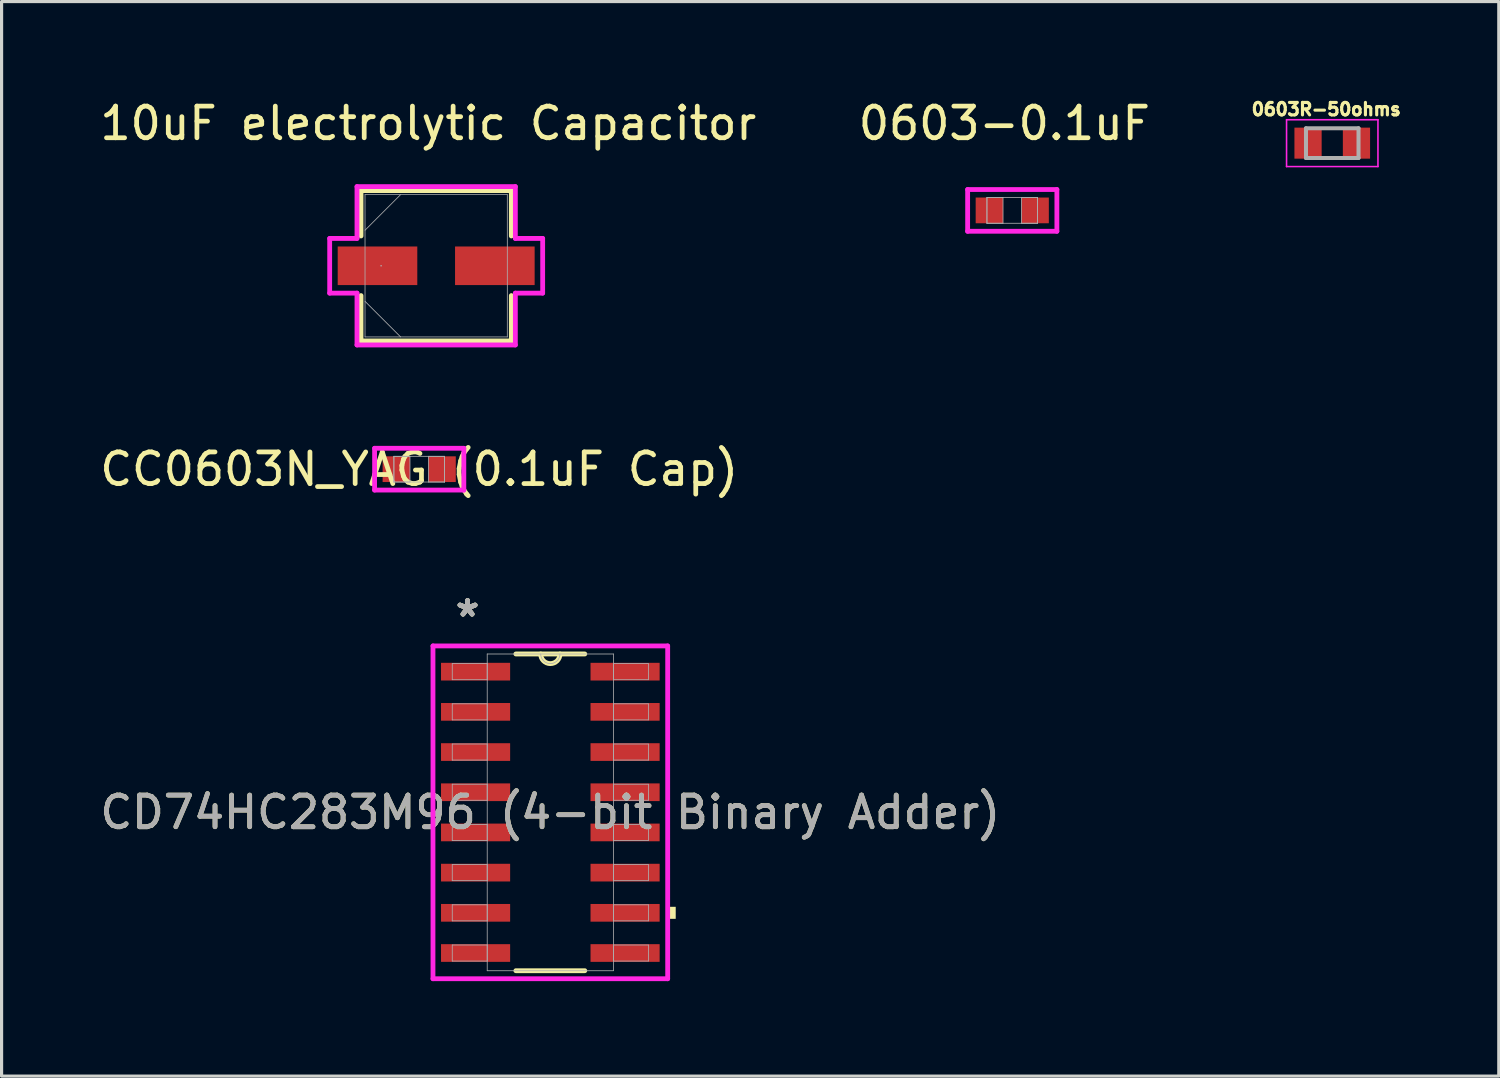
<source format=kicad_pcb>
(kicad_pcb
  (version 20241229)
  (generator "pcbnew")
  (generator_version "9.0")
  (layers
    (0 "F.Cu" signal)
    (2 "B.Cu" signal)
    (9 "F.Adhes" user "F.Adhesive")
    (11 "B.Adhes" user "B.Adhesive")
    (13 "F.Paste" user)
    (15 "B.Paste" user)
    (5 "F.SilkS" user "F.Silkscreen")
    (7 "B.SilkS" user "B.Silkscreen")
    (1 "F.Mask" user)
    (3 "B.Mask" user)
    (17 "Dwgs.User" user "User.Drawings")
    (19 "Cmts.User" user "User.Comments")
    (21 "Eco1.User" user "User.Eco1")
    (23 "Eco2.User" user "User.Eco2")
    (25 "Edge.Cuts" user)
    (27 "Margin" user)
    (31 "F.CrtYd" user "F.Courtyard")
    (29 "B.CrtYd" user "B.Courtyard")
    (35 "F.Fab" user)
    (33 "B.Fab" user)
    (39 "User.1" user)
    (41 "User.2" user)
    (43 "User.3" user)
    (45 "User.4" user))
  (footprint "0603-0.1uF"
    (layer "F.Cu")
    (at 28.935 3.598)
    (property "Reference" "0603-0.1uF" (at -0.25 -2.75 0) (unlocked yes) (layer "F.SilkS") (effects (font (size 1 1) (thickness 0.15))))
    (attr smd)
    (fp_line (start -1.41 -0.66) (end 1.41 -0.66) (stroke (width 0.152) (type solid)) (layer "F.CrtYd"))
    (fp_line (start -1.41 0.66) (end -1.41 -0.66) (stroke (width 0.152) (type solid)) (layer "F.CrtYd"))
    (fp_line (start 1.41 -0.66) (end 1.41 0.66) (stroke (width 0.152) (type solid)) (layer "F.CrtYd"))
    (fp_line (start 1.41 0.66) (end -1.41 0.66) (stroke (width 0.152) (type solid)) (layer "F.CrtYd"))
    (fp_line (start -0.8 -0.406) (end -0.8 0.406) (stroke (width 0.025) (type solid)) (layer "F.Fab"))
    (fp_line (start -0.8 -0.406) (end -0.8 0.406) (stroke (width 0.025) (type solid)) (layer "F.Fab"))
    (fp_line (start -0.8 0.406) (end -0.292 0.406) (stroke (width 0.025) (type solid)) (layer "F.Fab"))
    (fp_line (start -0.8 0.406) (end 0.8 0.406) (stroke (width 0.025) (type solid)) (layer "F.Fab"))
    (fp_line (start -0.292 -0.406) (end -0.8 -0.406) (stroke (width 0.025) (type solid)) (layer "F.Fab"))
    (fp_line (start -0.292 0.406) (end -0.292 -0.406) (stroke (width 0.025) (type solid)) (layer "F.Fab"))
    (fp_line (start 0.292 -0.406) (end 0.292 0.406) (stroke (width 0.025) (type solid)) (layer "F.Fab"))
    (fp_line (start 0.292 0.406) (end 0.8 0.406) (stroke (width 0.025) (type solid)) (layer "F.Fab"))
    (fp_line (start 0.8 -0.406) (end -0.8 -0.406) (stroke (width 0.025) (type solid)) (layer "F.Fab"))
    (fp_line (start 0.8 -0.406) (end 0.292 -0.406) (stroke (width 0.025) (type solid)) (layer "F.Fab"))
    (fp_line (start 0.8 0.406) (end 0.8 -0.406) (stroke (width 0.025) (type solid)) (layer "F.Fab"))
    (fp_line (start 0.8 0.406) (end 0.8 -0.406) (stroke (width 0.025) (type solid)) (layer "F.Fab"))
    (pad "1" smd rect (at -0.724 0) (size 0.864 0.813) (layers "F.Cu" "F.Mask" "F.Paste"))
    (pad "2" smd rect (at 0.724 0) (size 0.864 0.813) (layers "F.Cu" "F.Mask" "F.Paste"))
    (zone (net_name "") (layer "F.Cu") (hatch full 0.508) (connect_pads) (min_thickness 0.254) (filled_areas_thickness no) (keepout (tracks not_allowed) (vias not_allowed) (pads allowed) (copperpour not_allowed) (footprints allowed)) (placement (enabled no)) (fill) (polygon (pts (xy 28.693 3.243) (xy 29.176 3.243) (xy 29.176 3.954) (xy 28.693 3.954)))))
  (footprint "10uF electrolytic Capacitor"
    (layer "F.Cu")
    (at 10.732 5.348)
    (property "Reference" "10uF electrolytic Capacitor" (at -0.25 -4.5 0) (unlocked yes) (layer "F.SilkS") (effects (font (size 1 1) (thickness 0.15))))
    (attr smd)
    (fp_line (start -2.375 -2.375) (end -2.375 -0.942) (stroke (width 0.152) (type solid)) (layer "F.SilkS"))
    (fp_line (start -2.375 0.942) (end -2.375 2.375) (stroke (width 0.152) (type solid)) (layer "F.SilkS"))
    (fp_line (start -2.375 2.375) (end 2.375 2.375) (stroke (width 0.152) (type solid)) (layer "F.SilkS"))
    (fp_line (start 2.375 -2.375) (end -2.375 -2.375) (stroke (width 0.152) (type solid)) (layer "F.SilkS"))
    (fp_line (start 2.375 -0.942) (end 2.375 -2.375) (stroke (width 0.152) (type solid)) (layer "F.SilkS"))
    (fp_line (start 2.375 2.375) (end 2.375 0.942) (stroke (width 0.152) (type solid)) (layer "F.SilkS"))
    (fp_line (start -3.365 -0.864) (end -2.502 -0.864) (stroke (width 0.152) (type solid)) (layer "F.CrtYd"))
    (fp_line (start -3.365 0.864) (end -3.365 -0.864) (stroke (width 0.152) (type solid)) (layer "F.CrtYd"))
    (fp_line (start -2.502 -2.502) (end 2.502 -2.502) (stroke (width 0.152) (type solid)) (layer "F.CrtYd"))
    (fp_line (start -2.502 -0.864) (end -2.502 -2.502) (stroke (width 0.152) (type solid)) (layer "F.CrtYd"))
    (fp_line (start -2.502 0.864) (end -3.365 0.864) (stroke (width 0.152) (type solid)) (layer "F.CrtYd"))
    (fp_line (start -2.502 2.502) (end -2.502 0.864) (stroke (width 0.152) (type solid)) (layer "F.CrtYd"))
    (fp_line (start 2.502 -2.502) (end 2.502 -0.864) (stroke (width 0.152) (type solid)) (layer "F.CrtYd"))
    (fp_line (start 2.502 -0.864) (end 3.365 -0.864) (stroke (width 0.152) (type solid)) (layer "F.CrtYd"))
    (fp_line (start 2.502 0.864) (end 2.502 2.502) (stroke (width 0.152) (type solid)) (layer "F.CrtYd"))
    (fp_line (start 2.502 2.502) (end -2.502 2.502) (stroke (width 0.152) (type solid)) (layer "F.CrtYd"))
    (fp_line (start 3.365 -0.864) (end 3.365 0.864) (stroke (width 0.152) (type solid)) (layer "F.CrtYd"))
    (fp_line (start 3.365 0.864) (end 2.502 0.864) (stroke (width 0.152) (type solid)) (layer "F.CrtYd"))
    (fp_line (start -2.248 -2.248) (end -2.248 2.248) (stroke (width 0.025) (type solid)) (layer "F.Fab"))
    (fp_line (start -2.248 -1.124) (end -1.124 -2.248) (stroke (width 0.025) (type solid)) (layer "F.Fab"))
    (fp_line (start -2.248 1.124) (end -1.124 2.248) (stroke (width 0.025) (type solid)) (layer "F.Fab"))
    (fp_line (start -2.248 2.248) (end 2.248 2.248) (stroke (width 0.025) (type solid)) (layer "F.Fab"))
    (fp_line (start 2.248 -2.248) (end -2.248 -2.248) (stroke (width 0.025) (type solid)) (layer "F.Fab"))
    (fp_line (start 2.248 2.248) (end 2.248 -2.248) (stroke (width 0.025) (type solid)) (layer "F.Fab"))
    (fp_circle (center -1.74 0) (end -1.74 0) (stroke (width 0.025) (type solid)) (fill no) (layer "F.Fab"))
    (pad "1" smd rect (at -1.854 0) (size 2.515 1.219) (layers "F.Cu" "F.Mask" "F.Paste"))
    (pad "2" smd rect (at 1.854 0) (size 2.515 1.219) (layers "F.Cu" "F.Mask" "F.Paste"))
    (zone (net_name "") (layer "F.Cu") (hatch full 0.508) (connect_pads) (min_thickness 0.254) (filled_areas_thickness no) (keepout (tracks not_allowed) (vias not_allowed) (pads allowed) (copperpour not_allowed) (footprints allowed)) (placement (enabled no)) (fill) (polygon (pts (xy 8.535 3.151) (xy 12.929 3.151) (xy 12.929 4.688) (xy 8.535 4.688))))
    (zone (net_name "") (layer "F.Cu") (hatch full 0.508) (connect_pads) (min_thickness 0.254) (filled_areas_thickness no) (keepout (tracks not_allowed) (vias not_allowed) (pads allowed) (copperpour not_allowed) (footprints allowed)) (placement (enabled no)) (fill) (polygon (pts (xy 8.535 6.009) (xy 12.929 6.009) (xy 12.929 7.545) (xy 8.535 7.545))))
    (zone (net_name "") (layer "F.Cu") (hatch full 0.508) (connect_pads) (min_thickness 0.254) (filled_areas_thickness no) (keepout (tracks not_allowed) (vias not_allowed) (pads allowed) (copperpour not_allowed) (footprints allowed)) (placement (enabled no)) (fill) (polygon (pts (xy 10.186 4.688) (xy 11.278 4.688) (xy 11.278 6.009) (xy 10.186 6.009)))))
  (footprint "CC0603N_YAG (0.1uF Cap)"
    (layer "F.Cu")
    (at 10.196 11.775)
    (property "Reference" "CC0603N_YAG (0.1uF Cap)" (at 0 0 0) (unlocked yes) (layer "F.SilkS") (effects (font (size 1 1) (thickness 0.15))))
    (attr smd)
    (fp_line (start -1.41 -0.66) (end 1.41 -0.66) (stroke (width 0.152) (type solid)) (layer "F.CrtYd"))
    (fp_line (start -1.41 0.66) (end -1.41 -0.66) (stroke (width 0.152) (type solid)) (layer "F.CrtYd"))
    (fp_line (start 1.41 -0.66) (end 1.41 0.66) (stroke (width 0.152) (type solid)) (layer "F.CrtYd"))
    (fp_line (start 1.41 0.66) (end -1.41 0.66) (stroke (width 0.152) (type solid)) (layer "F.CrtYd"))
    (fp_line (start -0.8 -0.406) (end -0.8 0.406) (stroke (width 0.025) (type solid)) (layer "F.Fab"))
    (fp_line (start -0.8 -0.406) (end -0.8 0.406) (stroke (width 0.025) (type solid)) (layer "F.Fab"))
    (fp_line (start -0.8 0.406) (end -0.292 0.406) (stroke (width 0.025) (type solid)) (layer "F.Fab"))
    (fp_line (start -0.8 0.406) (end 0.8 0.406) (stroke (width 0.025) (type solid)) (layer "F.Fab"))
    (fp_line (start -0.292 -0.406) (end -0.8 -0.406) (stroke (width 0.025) (type solid)) (layer "F.Fab"))
    (fp_line (start -0.292 0.406) (end -0.292 -0.406) (stroke (width 0.025) (type solid)) (layer "F.Fab"))
    (fp_line (start 0.292 -0.406) (end 0.292 0.406) (stroke (width 0.025) (type solid)) (layer "F.Fab"))
    (fp_line (start 0.292 0.406) (end 0.8 0.406) (stroke (width 0.025) (type solid)) (layer "F.Fab"))
    (fp_line (start 0.8 -0.406) (end -0.8 -0.406) (stroke (width 0.025) (type solid)) (layer "F.Fab"))
    (fp_line (start 0.8 -0.406) (end 0.292 -0.406) (stroke (width 0.025) (type solid)) (layer "F.Fab"))
    (fp_line (start 0.8 0.406) (end 0.8 -0.406) (stroke (width 0.025) (type solid)) (layer "F.Fab"))
    (fp_line (start 0.8 0.406) (end 0.8 -0.406) (stroke (width 0.025) (type solid)) (layer "F.Fab"))
    (pad "1" smd rect (at -0.724 0) (size 0.864 0.813) (layers "F.Cu" "F.Mask" "F.Paste"))
    (pad "2" smd rect (at 0.724 0) (size 0.864 0.813) (layers "F.Cu" "F.Mask" "F.Paste"))
    (zone (net_name "") (layer "F.Cu") (hatch full 0.508) (connect_pads) (min_thickness 0.254) (filled_areas_thickness no) (keepout (tracks not_allowed) (vias not_allowed) (pads allowed) (copperpour not_allowed) (footprints allowed)) (placement (enabled no)) (fill) (polygon (pts (xy 9.955 11.419) (xy 10.438 11.419) (xy 10.438 12.13) (xy 9.955 12.13)))))
  (footprint "CD74HC283M96 (4-bit Binary Adder)"
    (layer "F.Cu")
    (at 14.339 22.618)
    (property "Reference" "CD74HC283M96 (4-bit Binary Adder)" (at 0 0 0) (unlocked yes) (layer "F.SilkS") (effects (font (size 1 1) (thickness 0.15))))
    (attr smd)
    (fp_line (start -1.089 5.004) (end 1.089 5.004) (stroke (width 0.152) (type solid)) (layer "F.SilkS"))
    (fp_line (start 1.089 -5.004) (end -1.089 -5.004) (stroke (width 0.152) (type solid)) (layer "F.SilkS"))
    (fp_arc (start 0.3048 -5.0038) (mid 0 -4.699) (end -0.3048 -5.0038) (stroke (width 0.1524) (type solid)) (layer "F.SilkS"))
    (fp_poly (pts (xy 3.962 2.985) (xy 3.962 3.365) (xy 3.708 3.365) (xy 3.708 2.985)) (stroke (width 0) (type solid)) (fill yes) (layer "F.SilkS"))
    (fp_line (start -3.708 -5.258) (end 3.708 -5.258) (stroke (width 0.152) (type solid)) (layer "F.CrtYd"))
    (fp_line (start -3.708 5.258) (end -3.708 -5.258) (stroke (width 0.152) (type solid)) (layer "F.CrtYd"))
    (fp_line (start 3.708 -5.258) (end 3.708 5.258) (stroke (width 0.152) (type solid)) (layer "F.CrtYd"))
    (fp_line (start 3.708 5.258) (end -3.708 5.258) (stroke (width 0.152) (type solid)) (layer "F.CrtYd"))
    (fp_line (start -3.099 -4.699) (end -3.099 -4.191) (stroke (width 0.025) (type solid)) (layer "F.Fab"))
    (fp_line (start -3.099 -4.191) (end -1.994 -4.191) (stroke (width 0.025) (type solid)) (layer "F.Fab"))
    (fp_line (start -3.099 -3.429) (end -3.099 -2.921) (stroke (width 0.025) (type solid)) (layer "F.Fab"))
    (fp_line (start -3.099 -2.921) (end -1.994 -2.921) (stroke (width 0.025) (type solid)) (layer "F.Fab"))
    (fp_line (start -3.099 -2.159) (end -3.099 -1.651) (stroke (width 0.025) (type solid)) (layer "F.Fab"))
    (fp_line (start -3.099 -1.651) (end -1.994 -1.651) (stroke (width 0.025) (type solid)) (layer "F.Fab"))
    (fp_line (start -3.099 -0.889) (end -3.099 -0.381) (stroke (width 0.025) (type solid)) (layer "F.Fab"))
    (fp_line (start -3.099 -0.381) (end -1.994 -0.381) (stroke (width 0.025) (type solid)) (layer "F.Fab"))
    (fp_line (start -3.099 0.381) (end -3.099 0.889) (stroke (width 0.025) (type solid)) (layer "F.Fab"))
    (fp_line (start -3.099 0.889) (end -1.994 0.889) (stroke (width 0.025) (type solid)) (layer "F.Fab"))
    (fp_line (start -3.099 1.651) (end -3.099 2.159) (stroke (width 0.025) (type solid)) (layer "F.Fab"))
    (fp_line (start -3.099 2.159) (end -1.994 2.159) (stroke (width 0.025) (type solid)) (layer "F.Fab"))
    (fp_line (start -3.099 2.921) (end -3.099 3.429) (stroke (width 0.025) (type solid)) (layer "F.Fab"))
    (fp_line (start -3.099 3.429) (end -1.994 3.429) (stroke (width 0.025) (type solid)) (layer "F.Fab"))
    (fp_line (start -3.099 4.191) (end -3.099 4.699) (stroke (width 0.025) (type solid)) (layer "F.Fab"))
    (fp_line (start -3.099 4.699) (end -1.994 4.699) (stroke (width 0.025) (type solid)) (layer "F.Fab"))
    (fp_line (start -1.994 -5.004) (end -1.994 5.004) (stroke (width 0.025) (type solid)) (layer "F.Fab"))
    (fp_line (start -1.994 -4.699) (end -3.099 -4.699) (stroke (width 0.025) (type solid)) (layer "F.Fab"))
    (fp_line (start -1.994 -4.191) (end -1.994 -4.699) (stroke (width 0.025) (type solid)) (layer "F.Fab"))
    (fp_line (start -1.994 -3.429) (end -3.099 -3.429) (stroke (width 0.025) (type solid)) (layer "F.Fab"))
    (fp_line (start -1.994 -2.921) (end -1.994 -3.429) (stroke (width 0.025) (type solid)) (layer "F.Fab"))
    (fp_line (start -1.994 -2.159) (end -3.099 -2.159) (stroke (width 0.025) (type solid)) (layer "F.Fab"))
    (fp_line (start -1.994 -1.651) (end -1.994 -2.159) (stroke (width 0.025) (type solid)) (layer "F.Fab"))
    (fp_line (start -1.994 -0.889) (end -3.099 -0.889) (stroke (width 0.025) (type solid)) (layer "F.Fab"))
    (fp_line (start -1.994 -0.381) (end -1.994 -0.889) (stroke (width 0.025) (type solid)) (layer "F.Fab"))
    (fp_line (start -1.994 0.381) (end -3.099 0.381) (stroke (width 0.025) (type solid)) (layer "F.Fab"))
    (fp_line (start -1.994 0.889) (end -1.994 0.381) (stroke (width 0.025) (type solid)) (layer "F.Fab"))
    (fp_line (start -1.994 1.651) (end -3.099 1.651) (stroke (width 0.025) (type solid)) (layer "F.Fab"))
    (fp_line (start -1.994 2.159) (end -1.994 1.651) (stroke (width 0.025) (type solid)) (layer "F.Fab"))
    (fp_line (start -1.994 2.921) (end -3.099 2.921) (stroke (width 0.025) (type solid)) (layer "F.Fab"))
    (fp_line (start -1.994 3.429) (end -1.994 2.921) (stroke (width 0.025) (type solid)) (layer "F.Fab"))
    (fp_line (start -1.994 4.191) (end -3.099 4.191) (stroke (width 0.025) (type solid)) (layer "F.Fab"))
    (fp_line (start -1.994 4.699) (end -1.994 4.191) (stroke (width 0.025) (type solid)) (layer "F.Fab"))
    (fp_line (start -1.994 5.004) (end 1.994 5.004) (stroke (width 0.025) (type solid)) (layer "F.Fab"))
    (fp_line (start 1.994 -5.004) (end -1.994 -5.004) (stroke (width 0.025) (type solid)) (layer "F.Fab"))
    (fp_line (start 1.994 -4.699) (end 1.994 -4.191) (stroke (width 0.025) (type solid)) (layer "F.Fab"))
    (fp_line (start 1.994 -4.191) (end 3.099 -4.191) (stroke (width 0.025) (type solid)) (layer "F.Fab"))
    (fp_line (start 1.994 -3.429) (end 1.994 -2.921) (stroke (width 0.025) (type solid)) (layer "F.Fab"))
    (fp_line (start 1.994 -2.921) (end 3.099 -2.921) (stroke (width 0.025) (type solid)) (layer "F.Fab"))
    (fp_line (start 1.994 -2.159) (end 1.994 -1.651) (stroke (width 0.025) (type solid)) (layer "F.Fab"))
    (fp_line (start 1.994 -1.651) (end 3.099 -1.651) (stroke (width 0.025) (type solid)) (layer "F.Fab"))
    (fp_line (start 1.994 -0.889) (end 1.994 -0.381) (stroke (width 0.025) (type solid)) (layer "F.Fab"))
    (fp_line (start 1.994 -0.381) (end 3.099 -0.381) (stroke (width 0.025) (type solid)) (layer "F.Fab"))
    (fp_line (start 1.994 0.381) (end 1.994 0.889) (stroke (width 0.025) (type solid)) (layer "F.Fab"))
    (fp_line (start 1.994 0.889) (end 3.099 0.889) (stroke (width 0.025) (type solid)) (layer "F.Fab"))
    (fp_line (start 1.994 1.651) (end 1.994 2.159) (stroke (width 0.025) (type solid)) (layer "F.Fab"))
    (fp_line (start 1.994 2.159) (end 3.099 2.159) (stroke (width 0.025) (type solid)) (layer "F.Fab"))
    (fp_line (start 1.994 2.921) (end 1.994 3.429) (stroke (width 0.025) (type solid)) (layer "F.Fab"))
    (fp_line (start 1.994 3.429) (end 3.099 3.429) (stroke (width 0.025) (type solid)) (layer "F.Fab"))
    (fp_line (start 1.994 4.191) (end 1.994 4.699) (stroke (width 0.025) (type solid)) (layer "F.Fab"))
    (fp_line (start 1.994 4.699) (end 3.099 4.699) (stroke (width 0.025) (type solid)) (layer "F.Fab"))
    (fp_line (start 1.994 5.004) (end 1.994 -5.004) (stroke (width 0.025) (type solid)) (layer "F.Fab"))
    (fp_line (start 3.099 -4.699) (end 1.994 -4.699) (stroke (width 0.025) (type solid)) (layer "F.Fab"))
    (fp_line (start 3.099 -4.191) (end 3.099 -4.699) (stroke (width 0.025) (type solid)) (layer "F.Fab"))
    (fp_line (start 3.099 -3.429) (end 1.994 -3.429) (stroke (width 0.025) (type solid)) (layer "F.Fab"))
    (fp_line (start 3.099 -2.921) (end 3.099 -3.429) (stroke (width 0.025) (type solid)) (layer "F.Fab"))
    (fp_line (start 3.099 -2.159) (end 1.994 -2.159) (stroke (width 0.025) (type solid)) (layer "F.Fab"))
    (fp_line (start 3.099 -1.651) (end 3.099 -2.159) (stroke (width 0.025) (type solid)) (layer "F.Fab"))
    (fp_line (start 3.099 -0.889) (end 1.994 -0.889) (stroke (width 0.025) (type solid)) (layer "F.Fab"))
    (fp_line (start 3.099 -0.381) (end 3.099 -0.889) (stroke (width 0.025) (type solid)) (layer "F.Fab"))
    (fp_line (start 3.099 0.381) (end 1.994 0.381) (stroke (width 0.025) (type solid)) (layer "F.Fab"))
    (fp_line (start 3.099 0.889) (end 3.099 0.381) (stroke (width 0.025) (type solid)) (layer "F.Fab"))
    (fp_line (start 3.099 1.651) (end 1.994 1.651) (stroke (width 0.025) (type solid)) (layer "F.Fab"))
    (fp_line (start 3.099 2.159) (end 3.099 1.651) (stroke (width 0.025) (type solid)) (layer "F.Fab"))
    (fp_line (start 3.099 2.921) (end 1.994 2.921) (stroke (width 0.025) (type solid)) (layer "F.Fab"))
    (fp_line (start 3.099 3.429) (end 3.099 2.921) (stroke (width 0.025) (type solid)) (layer "F.Fab"))
    (fp_line (start 3.099 4.191) (end 1.994 4.191) (stroke (width 0.025) (type solid)) (layer "F.Fab"))
    (fp_line (start 3.099 4.699) (end 3.099 4.191) (stroke (width 0.025) (type solid)) (layer "F.Fab"))
    (fp_arc (start 0.3048 -5.0038) (mid 0 -4.699) (end -0.3048 -5.0038) (stroke (width 0.0254) (type solid)) (layer "F.Fab"))
    (fp_text user "*" (at -2.616 -6.147 0) (layer "F.SilkS") (effects (font (size 1 1) (thickness 0.15))))
    (fp_text user "*" (at -2.616 -6.147 0) (unlocked yes) (layer "F.SilkS") (effects (font (size 1 1) (thickness 0.15))))
    (fp_text user "${REFERENCE}" (at 0 0 0) (unlocked yes) (layer "F.Fab") (effects (font (size 1 1) (thickness 0.15))))
    (fp_text user "*" (at -2.616 -6.147 0) (unlocked yes) (layer "F.Fab") (effects (font (size 1 1) (thickness 0.15))))
    (fp_text user "*" (at -2.616 -6.147 0) (layer "F.Fab") (effects (font (size 1 1) (thickness 0.15))))
    (pad "1" smd rect (at -2.362 -4.445) (size 2.184 0.559) (layers "F.Cu" "F.Mask" "F.Paste"))
    (pad "2" smd rect (at -2.362 -3.175) (size 2.184 0.559) (layers "F.Cu" "F.Mask" "F.Paste"))
    (pad "3" smd rect (at -2.362 -1.905) (size 2.184 0.559) (layers "F.Cu" "F.Mask" "F.Paste"))
    (pad "4" smd rect (at -2.362 -0.635) (size 2.184 0.559) (layers "F.Cu" "F.Mask" "F.Paste"))
    (pad "5" smd rect (at -2.362 0.635) (size 2.184 0.559) (layers "F.Cu" "F.Mask" "F.Paste"))
    (pad "6" smd rect (at -2.362 1.905) (size 2.184 0.559) (layers "F.Cu" "F.Mask" "F.Paste"))
    (pad "7" smd rect (at -2.362 3.175) (size 2.184 0.559) (layers "F.Cu" "F.Mask" "F.Paste"))
    (pad "8" smd rect (at -2.362 4.445) (size 2.184 0.559) (layers "F.Cu" "F.Mask" "F.Paste"))
    (pad "9" smd rect (at 2.362 4.445) (size 2.184 0.559) (layers "F.Cu" "F.Mask" "F.Paste"))
    (pad "10" smd rect (at 2.362 3.175) (size 2.184 0.559) (layers "F.Cu" "F.Mask" "F.Paste"))
    (pad "11" smd rect (at 2.362 1.905) (size 2.184 0.559) (layers "F.Cu" "F.Mask" "F.Paste"))
    (pad "12" smd rect (at 2.362 0.635) (size 2.184 0.559) (layers "F.Cu" "F.Mask" "F.Paste"))
    (pad "13" smd rect (at 2.362 -0.635) (size 2.184 0.559) (layers "F.Cu" "F.Mask" "F.Paste"))
    (pad "14" smd rect (at 2.362 -1.905) (size 2.184 0.559) (layers "F.Cu" "F.Mask" "F.Paste"))
    (pad "15" smd rect (at 2.362 -3.175) (size 2.184 0.559) (layers "F.Cu" "F.Mask" "F.Paste"))
    (pad "16" smd rect (at 2.362 -4.445) (size 2.184 0.559) (layers "F.Cu" "F.Mask" "F.Paste")))
  (footprint "0603R-50ohms"
    (layer "F.Cu")
    (at 39.046 1.473)
    (property "Reference" "0603R-50ohms" (at -0.19 -1.07 0) (layer "F.SilkS") (effects (font (size 0.394 0.394) (thickness 0.15))))
    (attr smd)
    (fp_line (start -1.444 -0.74) (end 1.444 -0.74) (stroke (width 0.05) (type solid)) (layer "F.CrtYd"))
    (fp_line (start -1.444 0.74) (end -1.444 -0.74) (stroke (width 0.05) (type solid)) (layer "F.CrtYd"))
    (fp_line (start -1.444 0.74) (end 1.444 0.74) (stroke (width 0.05) (type solid)) (layer "F.CrtYd"))
    (fp_line (start 1.444 0.74) (end 1.444 -0.74) (stroke (width 0.05) (type solid)) (layer "F.CrtYd"))
    (fp_line (start -0.83 0.47) (end -0.83 -0.47) (stroke (width 0.127) (type solid)) (layer "F.Fab"))
    (fp_line (start 0.83 -0.47) (end -0.83 -0.47) (stroke (width 0.127) (type solid)) (layer "F.Fab"))
    (fp_line (start 0.83 0.47) (end -0.83 0.47) (stroke (width 0.127) (type solid)) (layer "F.Fab"))
    (fp_line (start 0.83 0.47) (end 0.83 -0.47) (stroke (width 0.127) (type solid)) (layer "F.Fab"))
    (pad "1" smd rect (at -0.765 0) (size 0.86 0.98) (layers "F.Cu" "F.Mask" "F.Paste"))
    (pad "2" smd rect (at 0.765 0) (size 0.86 0.98) (layers "F.Cu" "F.Mask" "F.Paste")))
  (gr_rect
    (start -3 -3)
    (end 44.308 30.952)
    (stroke (width 0.1) (type default))
    (fill no)
    (layer "Edge.Cuts")))
</source>
